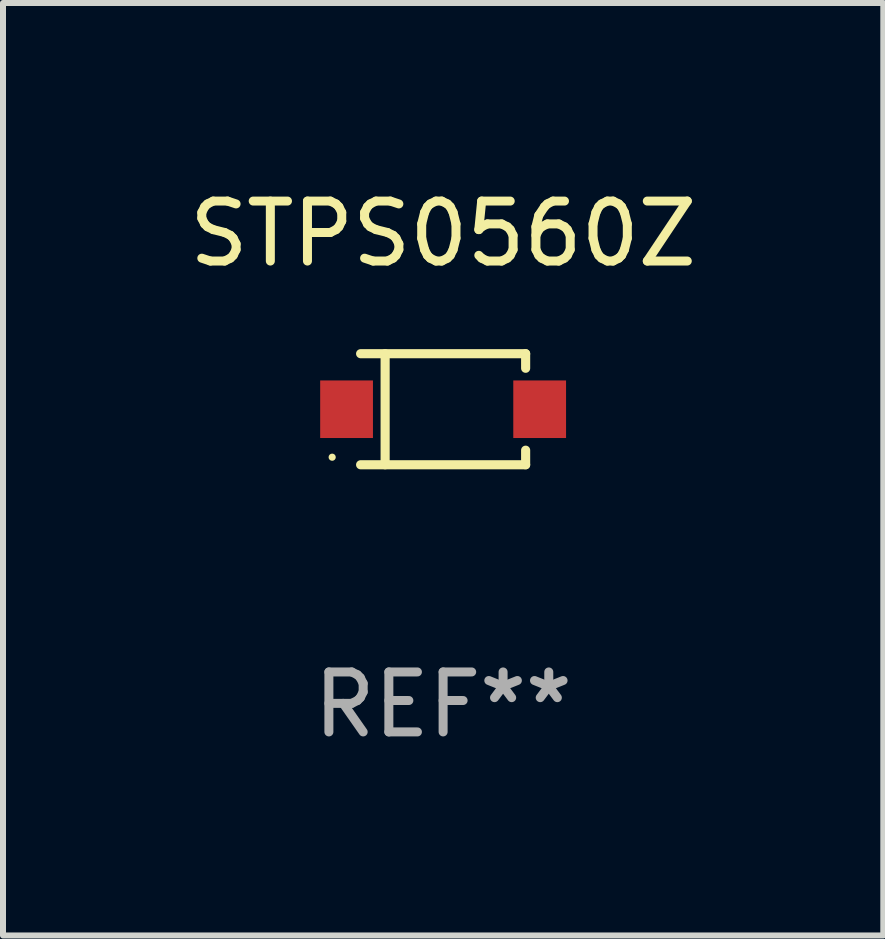
<source format=kicad_pcb>
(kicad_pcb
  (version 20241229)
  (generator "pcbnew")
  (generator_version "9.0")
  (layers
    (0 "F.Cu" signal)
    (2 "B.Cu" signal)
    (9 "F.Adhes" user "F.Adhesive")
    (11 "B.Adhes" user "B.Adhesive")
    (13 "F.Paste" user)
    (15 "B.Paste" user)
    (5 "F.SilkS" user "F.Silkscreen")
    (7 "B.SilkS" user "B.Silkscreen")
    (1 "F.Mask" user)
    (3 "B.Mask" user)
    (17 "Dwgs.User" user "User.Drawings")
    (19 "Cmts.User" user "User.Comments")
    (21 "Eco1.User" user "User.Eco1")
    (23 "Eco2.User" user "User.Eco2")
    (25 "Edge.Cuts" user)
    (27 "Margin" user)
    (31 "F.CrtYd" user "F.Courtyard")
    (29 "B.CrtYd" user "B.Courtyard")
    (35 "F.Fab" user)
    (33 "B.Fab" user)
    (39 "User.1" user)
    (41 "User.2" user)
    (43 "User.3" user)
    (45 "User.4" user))
  (footprint "STPS0560Z"
    (layer "F.Cu")
    (at 4.339 3.774)
    (property "Reference" "STPS0560Z" (at 0 -2.926 0) (layer "F.SilkS") (effects (font (size 1 1) (thickness 0.15))))
    (attr through_hole)
    (fp_line (start -1.376 -0.926) (end 1.376 -0.926) (stroke (width 0.152) (type solid)) (layer "F.SilkS"))
    (fp_line (start -1.376 0.926) (end 1.376 0.926) (stroke (width 0.152) (type solid)) (layer "F.SilkS"))
    (fp_line (start -0.967 -0.926) (end -0.967 0.926) (stroke (width 0.152) (type solid)) (layer "F.SilkS"))
    (fp_line (start 1.376 -0.926) (end 1.376 -0.683) (stroke (width 0.152) (type solid)) (layer "F.SilkS"))
    (fp_line (start 1.376 0.926) (end 1.376 0.683) (stroke (width 0.152) (type solid)) (layer "F.SilkS"))
    (fp_circle (center -1.85 0.8) (end -1.82 0.8) (stroke (width 0.06) (type solid)) (fill no) (layer "F.SilkS"))
    (fp_text user "REF**" (at 0 4.926 0) (layer "F.Fab") (effects (font (size 1 1) (thickness 0.15))))
    (pad "1" smd rect (at -1.61 0) (size 0.88 0.96) (layers "F.Cu" "F.Mask" "F.Paste"))
    (pad "2" smd rect (at 1.61 0) (size 0.88 0.96) (layers "F.Cu" "F.Mask" "F.Paste")))
  (gr_rect
    (start -3 -3)
    (end 11.679 12.549)
    (stroke (width 0.1) (type default))
    (fill no)
    (layer "Edge.Cuts")))
</source>
